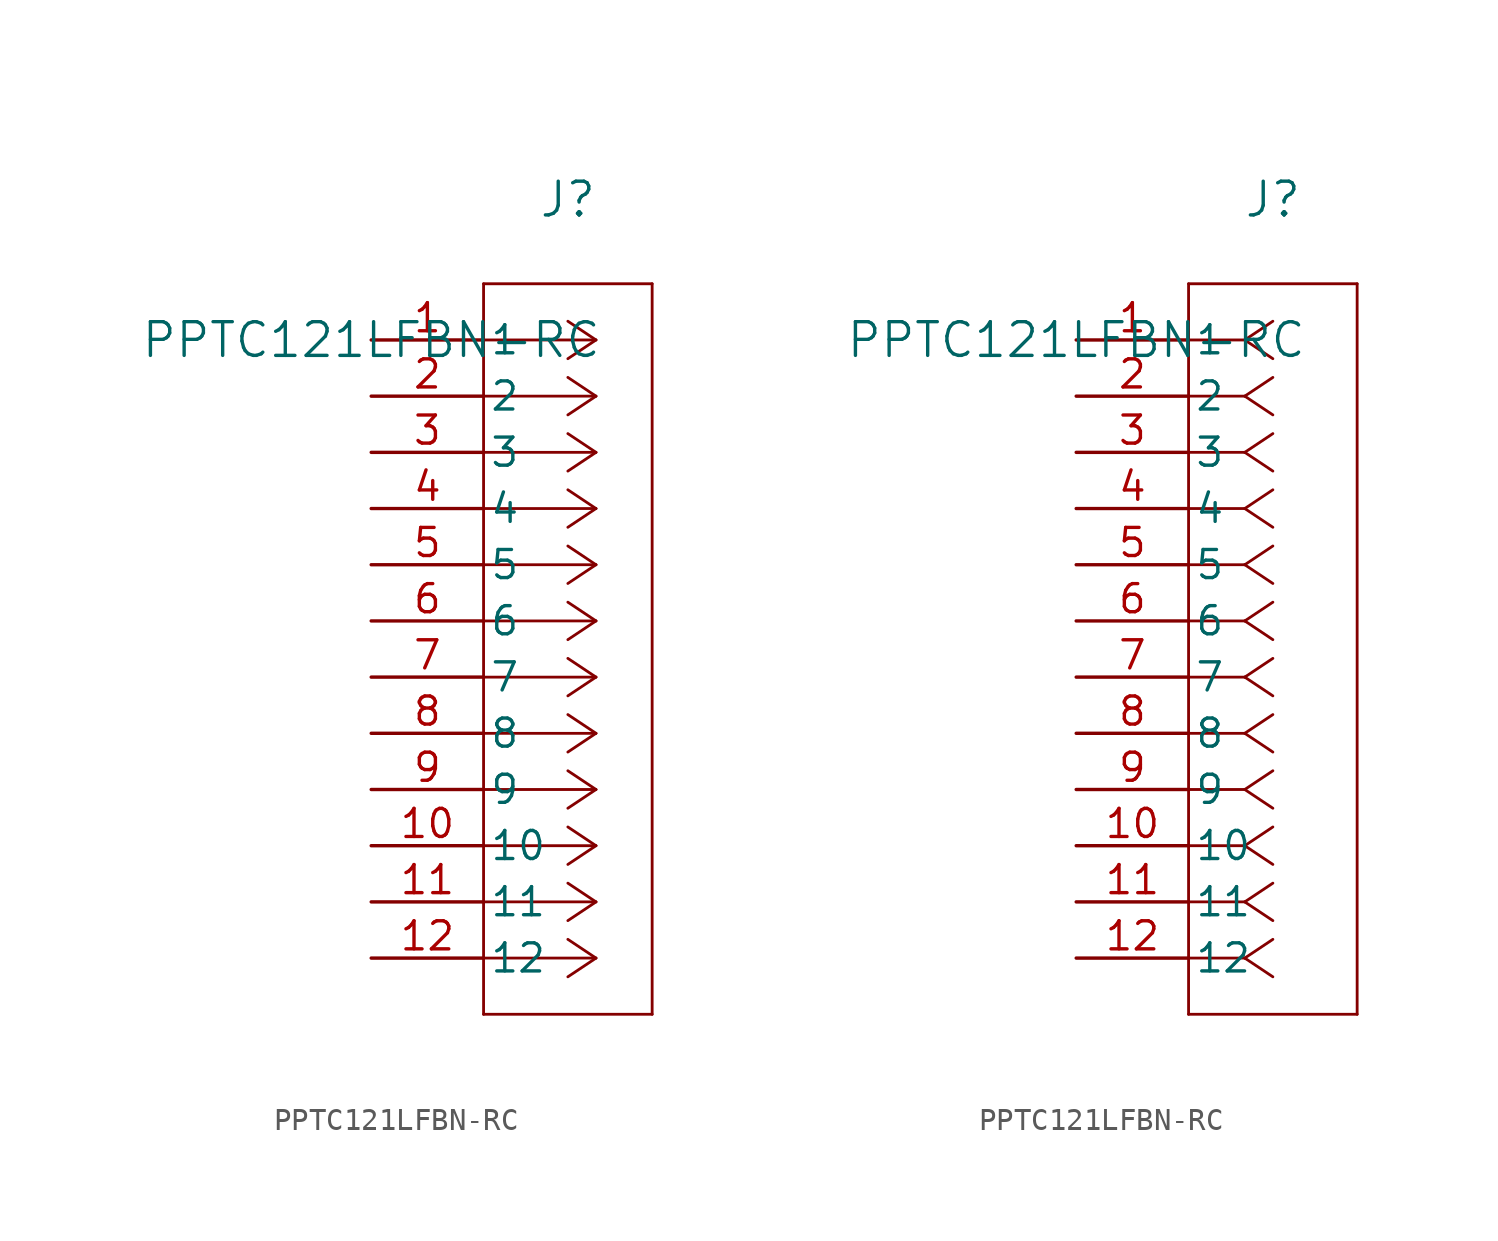
<source format=kicad_sym>
(kicad_symbol_lib
  (version 20211014)
  (generator kicad_symbol_editor)
  (symbol "PPTC121LFBN-RC"
    (pin_names
      (offset 0.254))
    (property "Reference" "J"
      (at 8.89 6.35 0)
      (effects (font (size 1.524 1.524))))
    (property "Value" "PPTC121LFBN-RC"
      (at 0 0 0)
      (effects (font (size 1.524 1.524))))
    (symbol "PPTC121LFBN-RC_1_1"
      (polyline (pts (xy 10.16 0) (xy 5.08 0)) (stroke (width 0.127) (type default) (color 0 0 0 0)) (fill (type none)))
      (polyline (pts (xy 10.16 -2.54) (xy 5.08 -2.54)) (stroke (width 0.127) (type default) (color 0 0 0 0)) (fill (type none)))
      (polyline (pts (xy 10.16 -5.08) (xy 5.08 -5.08)) (stroke (width 0.127) (type default) (color 0 0 0 0)) (fill (type none)))
      (polyline (pts (xy 10.16 -7.62) (xy 5.08 -7.62)) (stroke (width 0.127) (type default) (color 0 0 0 0)) (fill (type none)))
      (polyline (pts (xy 10.16 -10.16) (xy 5.08 -10.16)) (stroke (width 0.127) (type default) (color 0 0 0 0)) (fill (type none)))
      (polyline (pts (xy 10.16 -12.7) (xy 5.08 -12.7)) (stroke (width 0.127) (type default) (color 0 0 0 0)) (fill (type none)))
      (polyline (pts (xy 10.16 -15.24) (xy 5.08 -15.24)) (stroke (width 0.127) (type default) (color 0 0 0 0)) (fill (type none)))
      (polyline (pts (xy 10.16 -17.78) (xy 5.08 -17.78)) (stroke (width 0.127) (type default) (color 0 0 0 0)) (fill (type none)))
      (polyline (pts (xy 10.16 -20.32) (xy 5.08 -20.32)) (stroke (width 0.127) (type default) (color 0 0 0 0)) (fill (type none)))
      (polyline (pts (xy 10.16 -22.86) (xy 5.08 -22.86)) (stroke (width 0.127) (type default) (color 0 0 0 0)) (fill (type none)))
      (polyline (pts (xy 10.16 -25.4) (xy 5.08 -25.4)) (stroke (width 0.127) (type default) (color 0 0 0 0)) (fill (type none)))
      (polyline (pts (xy 10.16 -27.94) (xy 5.08 -27.94)) (stroke (width 0.127) (type default) (color 0 0 0 0)) (fill (type none)))
      (polyline (pts (xy 10.16 0) (xy 8.89 0.847)) (stroke (width 0.127) (type default) (color 0 0 0 0)) (fill (type none)))
      (polyline (pts (xy 10.16 -2.54) (xy 8.89 -1.693)) (stroke (width 0.127) (type default) (color 0 0 0 0)) (fill (type none)))
      (polyline (pts (xy 10.16 -5.08) (xy 8.89 -4.233)) (stroke (width 0.127) (type default) (color 0 0 0 0)) (fill (type none)))
      (polyline (pts (xy 10.16 -7.62) (xy 8.89 -6.773)) (stroke (width 0.127) (type default) (color 0 0 0 0)) (fill (type none)))
      (polyline (pts (xy 10.16 -10.16) (xy 8.89 -9.313)) (stroke (width 0.127) (type default) (color 0 0 0 0)) (fill (type none)))
      (polyline (pts (xy 10.16 -12.7) (xy 8.89 -11.853)) (stroke (width 0.127) (type default) (color 0 0 0 0)) (fill (type none)))
      (polyline (pts (xy 10.16 -15.24) (xy 8.89 -14.393)) (stroke (width 0.127) (type default) (color 0 0 0 0)) (fill (type none)))
      (polyline (pts (xy 10.16 -17.78) (xy 8.89 -16.933)) (stroke (width 0.127) (type default) (color 0 0 0 0)) (fill (type none)))
      (polyline (pts (xy 10.16 -20.32) (xy 8.89 -19.473)) (stroke (width 0.127) (type default) (color 0 0 0 0)) (fill (type none)))
      (polyline (pts (xy 10.16 -22.86) (xy 8.89 -22.013)) (stroke (width 0.127) (type default) (color 0 0 0 0)) (fill (type none)))
      (polyline (pts (xy 10.16 -25.4) (xy 8.89 -24.553)) (stroke (width 0.127) (type default) (color 0 0 0 0)) (fill (type none)))
      (polyline (pts (xy 10.16 -27.94) (xy 8.89 -27.093)) (stroke (width 0.127) (type default) (color 0 0 0 0)) (fill (type none)))
      (polyline (pts (xy 10.16 0) (xy 8.89 -0.847)) (stroke (width 0.127) (type default) (color 0 0 0 0)) (fill (type none)))
      (polyline (pts (xy 10.16 -2.54) (xy 8.89 -3.387)) (stroke (width 0.127) (type default) (color 0 0 0 0)) (fill (type none)))
      (polyline (pts (xy 10.16 -5.08) (xy 8.89 -5.927)) (stroke (width 0.127) (type default) (color 0 0 0 0)) (fill (type none)))
      (polyline (pts (xy 10.16 -7.62) (xy 8.89 -8.467)) (stroke (width 0.127) (type default) (color 0 0 0 0)) (fill (type none)))
      (polyline (pts (xy 10.16 -10.16) (xy 8.89 -11.007)) (stroke (width 0.127) (type default) (color 0 0 0 0)) (fill (type none)))
      (polyline (pts (xy 10.16 -12.7) (xy 8.89 -13.547)) (stroke (width 0.127) (type default) (color 0 0 0 0)) (fill (type none)))
      (polyline (pts (xy 10.16 -15.24) (xy 8.89 -16.087)) (stroke (width 0.127) (type default) (color 0 0 0 0)) (fill (type none)))
      (polyline (pts (xy 10.16 -17.78) (xy 8.89 -18.627)) (stroke (width 0.127) (type default) (color 0 0 0 0)) (fill (type none)))
      (polyline (pts (xy 10.16 -20.32) (xy 8.89 -21.167)) (stroke (width 0.127) (type default) (color 0 0 0 0)) (fill (type none)))
      (polyline (pts (xy 10.16 -22.86) (xy 8.89 -23.707)) (stroke (width 0.127) (type default) (color 0 0 0 0)) (fill (type none)))
      (polyline (pts (xy 10.16 -25.4) (xy 8.89 -26.247)) (stroke (width 0.127) (type default) (color 0 0 0 0)) (fill (type none)))
      (polyline (pts (xy 10.16 -27.94) (xy 8.89 -28.787)) (stroke (width 0.127) (type default) (color 0 0 0 0)) (fill (type none)))
      (polyline (pts (xy 5.08 2.54) (xy 5.08 -30.48)) (stroke (width 0.127) (type default) (color 0 0 0 0)) (fill (type none)))
      (polyline (pts (xy 5.08 -30.48) (xy 12.7 -30.48)) (stroke (width 0.127) (type default) (color 0 0 0 0)) (fill (type none)))
      (polyline (pts (xy 12.7 -30.48) (xy 12.7 2.54)) (stroke (width 0.127) (type default) (color 0 0 0 0)) (fill (type none)))
      (polyline (pts (xy 12.7 2.54) (xy 5.08 2.54)) (stroke (width 0.127) (type default) (color 0 0 0 0)) (fill (type none)))
      (pin unspecified line (at 0 0 0) (length 5.08) (name "1" (effects (font (size 1.27 1.27)))) (number "1" (effects (font (size 1.27 1.27)))))
      (pin unspecified line (at 0 -2.54 0) (length 5.08) (name "2" (effects (font (size 1.27 1.27)))) (number "2" (effects (font (size 1.27 1.27)))))
      (pin unspecified line (at 0 -5.08 0) (length 5.08) (name "3" (effects (font (size 1.27 1.27)))) (number "3" (effects (font (size 1.27 1.27)))))
      (pin unspecified line (at 0 -7.62 0) (length 5.08) (name "4" (effects (font (size 1.27 1.27)))) (number "4" (effects (font (size 1.27 1.27)))))
      (pin unspecified line (at 0 -10.16 0) (length 5.08) (name "5" (effects (font (size 1.27 1.27)))) (number "5" (effects (font (size 1.27 1.27)))))
      (pin unspecified line (at 0 -12.7 0) (length 5.08) (name "6" (effects (font (size 1.27 1.27)))) (number "6" (effects (font (size 1.27 1.27)))))
      (pin unspecified line (at 0 -15.24 0) (length 5.08) (name "7" (effects (font (size 1.27 1.27)))) (number "7" (effects (font (size 1.27 1.27)))))
      (pin unspecified line (at 0 -17.78 0) (length 5.08) (name "8" (effects (font (size 1.27 1.27)))) (number "8" (effects (font (size 1.27 1.27)))))
      (pin unspecified line (at 0 -20.32 0) (length 5.08) (name "9" (effects (font (size 1.27 1.27)))) (number "9" (effects (font (size 1.27 1.27)))))
      (pin unspecified line (at 0 -22.86 0) (length 5.08) (name "10" (effects (font (size 1.27 1.27)))) (number "10" (effects (font (size 1.27 1.27)))))
      (pin unspecified line (at 0 -25.4 0) (length 5.08) (name "11" (effects (font (size 1.27 1.27)))) (number "11" (effects (font (size 1.27 1.27)))))
      (pin unspecified line (at 0 -27.94 0) (length 5.08) (name "12" (effects (font (size 1.27 1.27)))) (number "12" (effects (font (size 1.27 1.27))))))
    (symbol "PPTC121LFBN-RC_1_2"
      (polyline (pts (xy 7.62 0) (xy 5.08 0)) (stroke (width 0.127) (type default) (color 0 0 0 0)) (fill (type none)))
      (polyline (pts (xy 7.62 -2.54) (xy 5.08 -2.54)) (stroke (width 0.127) (type default) (color 0 0 0 0)) (fill (type none)))
      (polyline (pts (xy 7.62 -5.08) (xy 5.08 -5.08)) (stroke (width 0.127) (type default) (color 0 0 0 0)) (fill (type none)))
      (polyline (pts (xy 7.62 -7.62) (xy 5.08 -7.62)) (stroke (width 0.127) (type default) (color 0 0 0 0)) (fill (type none)))
      (polyline (pts (xy 7.62 -10.16) (xy 5.08 -10.16)) (stroke (width 0.127) (type default) (color 0 0 0 0)) (fill (type none)))
      (polyline (pts (xy 7.62 -12.7) (xy 5.08 -12.7)) (stroke (width 0.127) (type default) (color 0 0 0 0)) (fill (type none)))
      (polyline (pts (xy 7.62 -15.24) (xy 5.08 -15.24)) (stroke (width 0.127) (type default) (color 0 0 0 0)) (fill (type none)))
      (polyline (pts (xy 7.62 -17.78) (xy 5.08 -17.78)) (stroke (width 0.127) (type default) (color 0 0 0 0)) (fill (type none)))
      (polyline (pts (xy 7.62 -20.32) (xy 5.08 -20.32)) (stroke (width 0.127) (type default) (color 0 0 0 0)) (fill (type none)))
      (polyline (pts (xy 7.62 -22.86) (xy 5.08 -22.86)) (stroke (width 0.127) (type default) (color 0 0 0 0)) (fill (type none)))
      (polyline (pts (xy 7.62 -25.4) (xy 5.08 -25.4)) (stroke (width 0.127) (type default) (color 0 0 0 0)) (fill (type none)))
      (polyline (pts (xy 7.62 -27.94) (xy 5.08 -27.94)) (stroke (width 0.127) (type default) (color 0 0 0 0)) (fill (type none)))
      (polyline (pts (xy 7.62 0) (xy 8.89 0.847)) (stroke (width 0.127) (type default) (color 0 0 0 0)) (fill (type none)))
      (polyline (pts (xy 7.62 -2.54) (xy 8.89 -1.693)) (stroke (width 0.127) (type default) (color 0 0 0 0)) (fill (type none)))
      (polyline (pts (xy 7.62 -5.08) (xy 8.89 -4.233)) (stroke (width 0.127) (type default) (color 0 0 0 0)) (fill (type none)))
      (polyline (pts (xy 7.62 -7.62) (xy 8.89 -6.773)) (stroke (width 0.127) (type default) (color 0 0 0 0)) (fill (type none)))
      (polyline (pts (xy 7.62 -10.16) (xy 8.89 -9.313)) (stroke (width 0.127) (type default) (color 0 0 0 0)) (fill (type none)))
      (polyline (pts (xy 7.62 -12.7) (xy 8.89 -11.853)) (stroke (width 0.127) (type default) (color 0 0 0 0)) (fill (type none)))
      (polyline (pts (xy 7.62 -15.24) (xy 8.89 -14.393)) (stroke (width 0.127) (type default) (color 0 0 0 0)) (fill (type none)))
      (polyline (pts (xy 7.62 -17.78) (xy 8.89 -16.933)) (stroke (width 0.127) (type default) (color 0 0 0 0)) (fill (type none)))
      (polyline (pts (xy 7.62 -20.32) (xy 8.89 -19.473)) (stroke (width 0.127) (type default) (color 0 0 0 0)) (fill (type none)))
      (polyline (pts (xy 7.62 -22.86) (xy 8.89 -22.013)) (stroke (width 0.127) (type default) (color 0 0 0 0)) (fill (type none)))
      (polyline (pts (xy 7.62 -25.4) (xy 8.89 -24.553)) (stroke (width 0.127) (type default) (color 0 0 0 0)) (fill (type none)))
      (polyline (pts (xy 7.62 -27.94) (xy 8.89 -27.093)) (stroke (width 0.127) (type default) (color 0 0 0 0)) (fill (type none)))
      (polyline (pts (xy 7.62 0) (xy 8.89 -0.847)) (stroke (width 0.127) (type default) (color 0 0 0 0)) (fill (type none)))
      (polyline (pts (xy 7.62 -2.54) (xy 8.89 -3.387)) (stroke (width 0.127) (type default) (color 0 0 0 0)) (fill (type none)))
      (polyline (pts (xy 7.62 -5.08) (xy 8.89 -5.927)) (stroke (width 0.127) (type default) (color 0 0 0 0)) (fill (type none)))
      (polyline (pts (xy 7.62 -7.62) (xy 8.89 -8.467)) (stroke (width 0.127) (type default) (color 0 0 0 0)) (fill (type none)))
      (polyline (pts (xy 7.62 -10.16) (xy 8.89 -11.007)) (stroke (width 0.127) (type default) (color 0 0 0 0)) (fill (type none)))
      (polyline (pts (xy 7.62 -12.7) (xy 8.89 -13.547)) (stroke (width 0.127) (type default) (color 0 0 0 0)) (fill (type none)))
      (polyline (pts (xy 7.62 -15.24) (xy 8.89 -16.087)) (stroke (width 0.127) (type default) (color 0 0 0 0)) (fill (type none)))
      (polyline (pts (xy 7.62 -17.78) (xy 8.89 -18.627)) (stroke (width 0.127) (type default) (color 0 0 0 0)) (fill (type none)))
      (polyline (pts (xy 7.62 -20.32) (xy 8.89 -21.167)) (stroke (width 0.127) (type default) (color 0 0 0 0)) (fill (type none)))
      (polyline (pts (xy 7.62 -22.86) (xy 8.89 -23.707)) (stroke (width 0.127) (type default) (color 0 0 0 0)) (fill (type none)))
      (polyline (pts (xy 7.62 -25.4) (xy 8.89 -26.247)) (stroke (width 0.127) (type default) (color 0 0 0 0)) (fill (type none)))
      (polyline (pts (xy 7.62 -27.94) (xy 8.89 -28.787)) (stroke (width 0.127) (type default) (color 0 0 0 0)) (fill (type none)))
      (polyline (pts (xy 5.08 2.54) (xy 5.08 -30.48)) (stroke (width 0.127) (type default) (color 0 0 0 0)) (fill (type none)))
      (polyline (pts (xy 5.08 -30.48) (xy 12.7 -30.48)) (stroke (width 0.127) (type default) (color 0 0 0 0)) (fill (type none)))
      (polyline (pts (xy 12.7 -30.48) (xy 12.7 2.54)) (stroke (width 0.127) (type default) (color 0 0 0 0)) (fill (type none)))
      (polyline (pts (xy 12.7 2.54) (xy 5.08 2.54)) (stroke (width 0.127) (type default) (color 0 0 0 0)) (fill (type none)))
      (pin unspecified line (at 0 0 0) (length 5.08) (name "1" (effects (font (size 1.27 1.27)))) (number "1" (effects (font (size 1.27 1.27)))))
      (pin unspecified line (at 0 -2.54 0) (length 5.08) (name "2" (effects (font (size 1.27 1.27)))) (number "2" (effects (font (size 1.27 1.27)))))
      (pin unspecified line (at 0 -5.08 0) (length 5.08) (name "3" (effects (font (size 1.27 1.27)))) (number "3" (effects (font (size 1.27 1.27)))))
      (pin unspecified line (at 0 -7.62 0) (length 5.08) (name "4" (effects (font (size 1.27 1.27)))) (number "4" (effects (font (size 1.27 1.27)))))
      (pin unspecified line (at 0 -10.16 0) (length 5.08) (name "5" (effects (font (size 1.27 1.27)))) (number "5" (effects (font (size 1.27 1.27)))))
      (pin unspecified line (at 0 -12.7 0) (length 5.08) (name "6" (effects (font (size 1.27 1.27)))) (number "6" (effects (font (size 1.27 1.27)))))
      (pin unspecified line (at 0 -15.24 0) (length 5.08) (name "7" (effects (font (size 1.27 1.27)))) (number "7" (effects (font (size 1.27 1.27)))))
      (pin unspecified line (at 0 -17.78 0) (length 5.08) (name "8" (effects (font (size 1.27 1.27)))) (number "8" (effects (font (size 1.27 1.27)))))
      (pin unspecified line (at 0 -20.32 0) (length 5.08) (name "9" (effects (font (size 1.27 1.27)))) (number "9" (effects (font (size 1.27 1.27)))))
      (pin unspecified line (at 0 -22.86 0) (length 5.08) (name "10" (effects (font (size 1.27 1.27)))) (number "10" (effects (font (size 1.27 1.27)))))
      (pin unspecified line (at 0 -25.4 0) (length 5.08) (name "11" (effects (font (size 1.27 1.27)))) (number "11" (effects (font (size 1.27 1.27)))))
      (pin unspecified line (at 0 -27.94 0) (length 5.08) (name "12" (effects (font (size 1.27 1.27)))) (number "12" (effects (font (size 1.27 1.27))))))))
</source>
